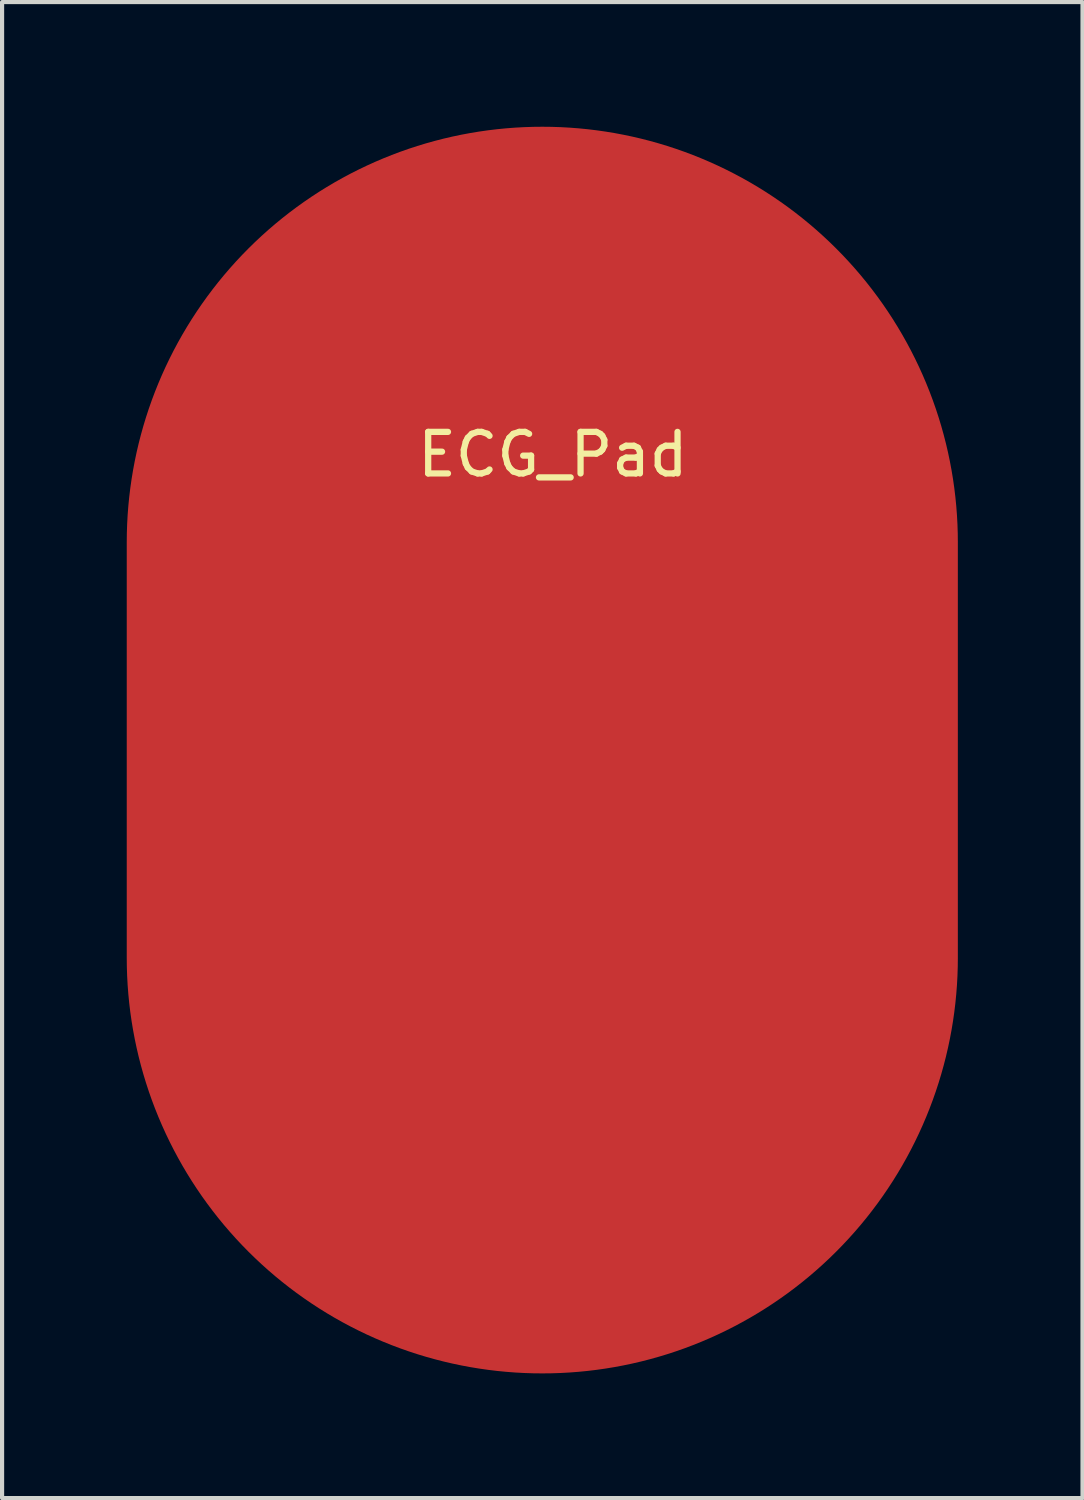
<source format=kicad_pcb>
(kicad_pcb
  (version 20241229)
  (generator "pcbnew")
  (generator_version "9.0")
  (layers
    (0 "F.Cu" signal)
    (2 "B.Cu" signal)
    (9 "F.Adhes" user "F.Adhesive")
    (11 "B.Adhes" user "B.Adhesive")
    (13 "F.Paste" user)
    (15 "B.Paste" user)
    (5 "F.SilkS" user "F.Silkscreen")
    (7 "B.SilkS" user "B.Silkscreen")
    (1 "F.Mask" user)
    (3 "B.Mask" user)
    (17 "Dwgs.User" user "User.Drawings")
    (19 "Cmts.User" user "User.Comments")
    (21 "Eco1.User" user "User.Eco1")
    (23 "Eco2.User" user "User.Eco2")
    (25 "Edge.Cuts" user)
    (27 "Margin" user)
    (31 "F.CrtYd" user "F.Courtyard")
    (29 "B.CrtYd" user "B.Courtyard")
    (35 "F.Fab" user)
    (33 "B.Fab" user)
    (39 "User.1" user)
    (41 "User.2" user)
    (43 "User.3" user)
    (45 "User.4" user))
  (footprint "ECG_Pad"
    (layer "F.Cu")
    (at 10 15)
    (property "Reference" "ECG_Pad" (at 0.254 -7.112 0) (layer "F.SilkS") (effects (font (size 1 1) (thickness 0.15))))
    (attr through_hole)
    (pad "1" smd oval (at 0 0) (size 20 30) (layers "F.Cu" "F.Mask" "F.Paste")))
  (gr_rect
    (start -3 -3)
    (end 23 33)
    (stroke (width 0.1) (type default))
    (fill no)
    (layer "Edge.Cuts")))
</source>
